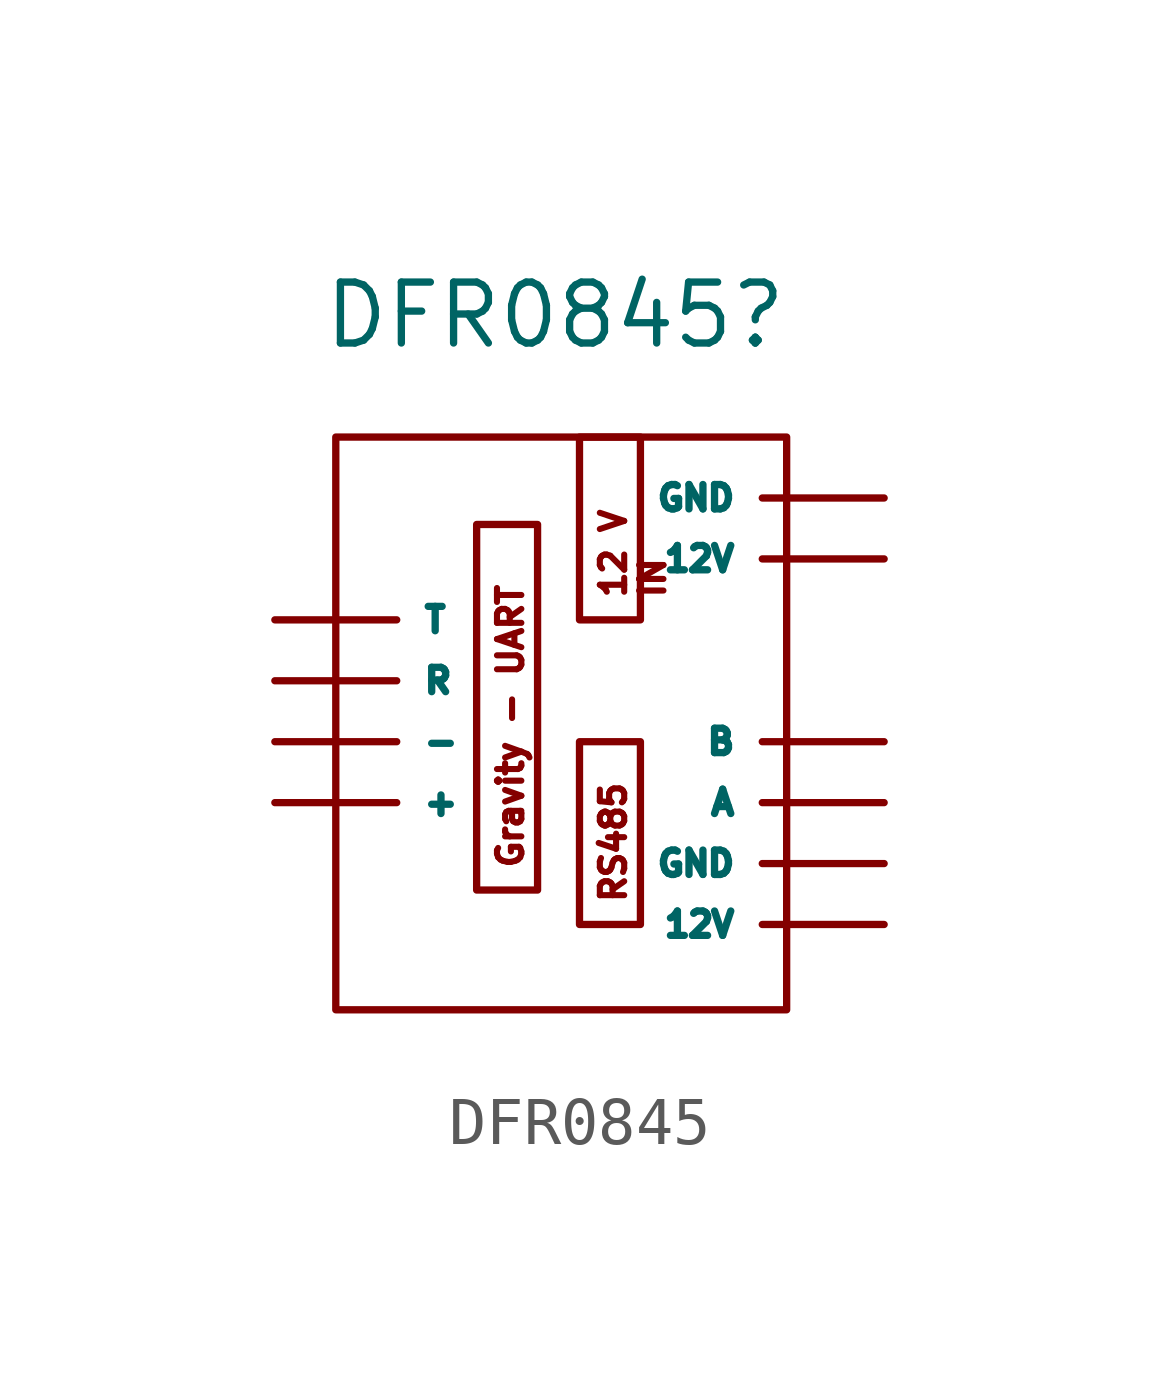
<source format=kicad_sym>
(kicad_symbol_lib
  (version 20231120)
  (generator "kicad_symbol_editor")
  (generator_version "8.0")
  (symbol "DFR0845"
    (property "Reference" "DFR0845"
      (at 4.572 2.54 0)
      (effects (font (size 1.27 1.27))))
    (property "Value" ""
      (at 0 0 0)
      (effects (font (size 1.27 1.27))))
    (symbol "DFR0845_1_1"
      (rectangle (start 0 0) (end 9.398 -11.938) (stroke (width 0) (type default)) (fill (type none)))
      (text_box "12 V IN" (at 5.08 0 90) (size 1.27 -3.81) (stroke (width 0) (type default)) (fill (type none)) (effects (font (size 0.508 0.508)) (justify left top)))
      (text_box "Gravity - UART" (at 2.936 -1.822 90) (size 1.27 -7.62) (stroke (width 0) (type default)) (fill (type none)) (effects (font (size 0.508 0.508)) (justify left top)))
      (text_box "RS485" (at 5.08 -6.35 90) (size 1.27 -3.81) (stroke (width 0) (type default)) (fill (type none)) (effects (font (size 0.508 0.508)) (justify left top)))
      (pin power_in line (at -1.27 -7.62 0) (length 2.54) (name "+" (effects (font (size 0.508 0.508)))) (number "" (effects (font (size 1.27 1.27)))))
      (pin power_in line (at -1.27 -6.35 0) (length 2.54) (name "-" (effects (font (size 0.508 0.508)))) (number "" (effects (font (size 1.27 1.27)))))
      (pin power_out line (at 11.43 -10.16 180) (length 2.54) (name "12V" (effects (font (size 0.508 0.508)))) (number "" (effects (font (size 1.27 1.27)))))
      (pin power_in line (at 11.43 -2.54 180) (length 2.54) (name "12V" (effects (font (size 0.508 0.508)))) (number "" (effects (font (size 1.27 1.27)))))
      (pin bidirectional line (at 11.43 -7.62 180) (length 2.54) (name "A" (effects (font (size 0.508 0.508)))) (number "" (effects (font (size 1.27 1.27)))))
      (pin bidirectional line (at 11.43 -6.35 180) (length 2.54) (name "B" (effects (font (size 0.508 0.508)))) (number "" (effects (font (size 1.27 1.27)))))
      (pin power_out line (at 11.43 -8.89 180) (length 2.54) (name "GND" (effects (font (size 0.508 0.508)))) (number "" (effects (font (size 1.27 1.27)))))
      (pin power_in line (at 11.43 -1.27 180) (length 2.54) (name "GND" (effects (font (size 0.508 0.508)))) (number "" (effects (font (size 1.27 1.27)))))
      (pin input line (at -1.27 -5.08 0) (length 2.54) (name "R" (effects (font (size 0.508 0.508)))) (number "" (effects (font (size 1.27 1.27)))))
      (pin output line (at -1.27 -3.81 0) (length 2.54) (name "T" (effects (font (size 0.508 0.508)))) (number "" (effects (font (size 1.27 1.27))))))))
</source>
